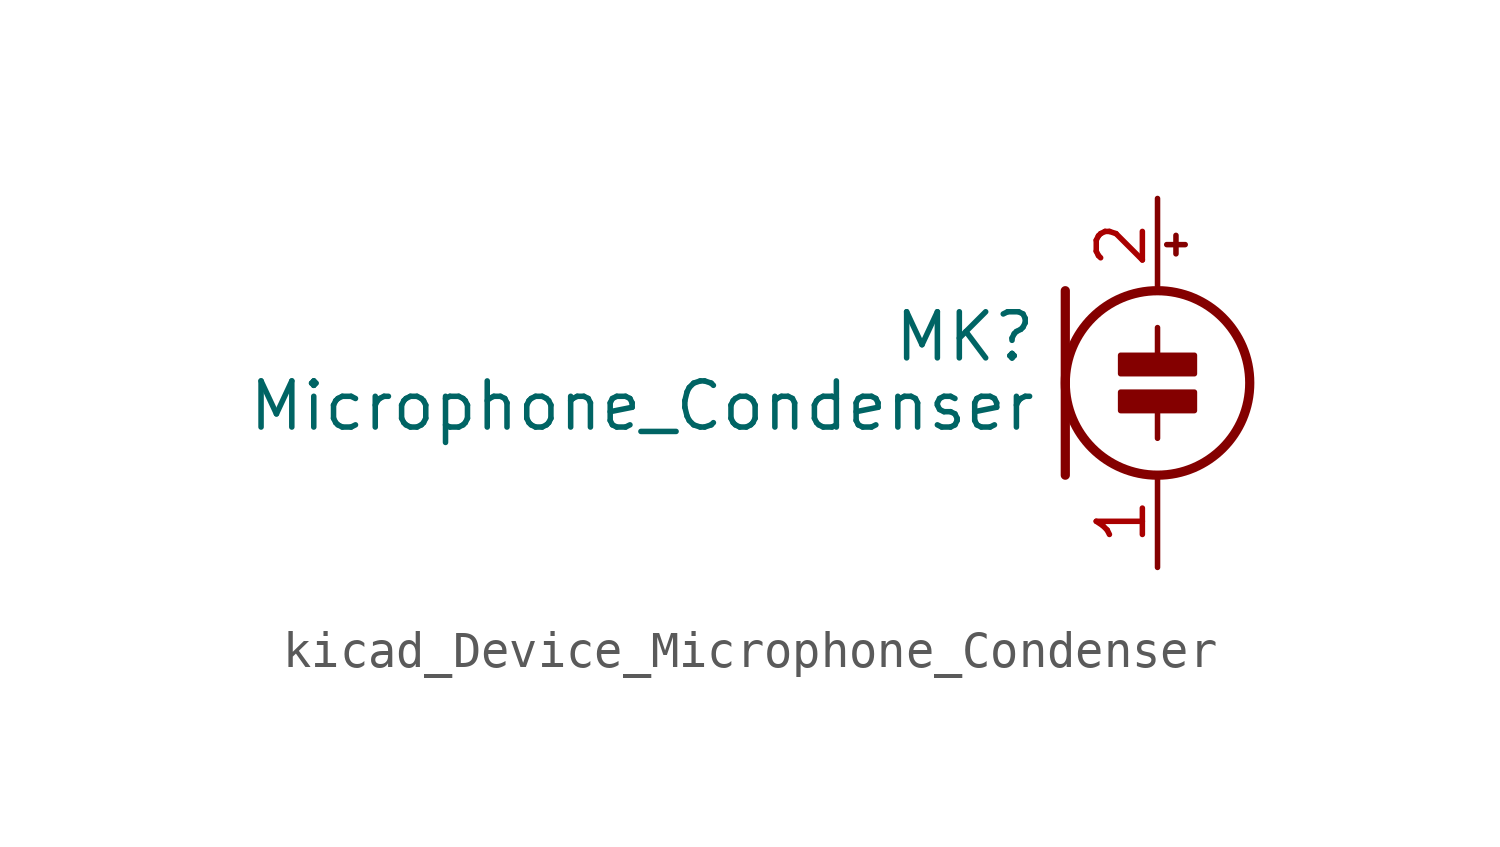
<source format=kicad_sym>
(kicad_symbol_lib
  (version 20220914)
  (generator kicad_symbol_editor)
  (symbol "kicad_Device_Microphone_Condenser"
    (pin_names
      (offset 0.025) hide)
    (property "Reference" "MK"
      (at -3.302 1.27 0)
      (effects (font (size 1.27 1.27)) (justify right)))
    (property "Value" "Microphone_Condenser"
      (at -3.302 -0.635 0)
      (effects (font (size 1.27 1.27)) (justify right)))
    (symbol "kicad_Device_Microphone_Condenser_0_1"
      (polyline (pts (xy -2.54 2.54) (xy -2.54 -2.54)) (stroke (width 0.254) (type default)) (fill (type none)))
      (polyline (pts (xy 0 -0.762) (xy 0 -1.524)) (stroke (width 0) (type default)) (fill (type none)))
      (polyline (pts (xy 0 0.762) (xy 0 1.524)) (stroke (width 0) (type default)) (fill (type none)))
      (polyline (pts (xy 0.254 3.81) (xy 0.762 3.81)) (stroke (width 0) (type default)) (fill (type none)))
      (polyline (pts (xy 0.508 4.064) (xy 0.508 3.556)) (stroke (width 0) (type default)) (fill (type none)))
      (circle (center 0 0) (radius 2.54) (stroke (width 0.254) (type default)) (fill (type none)))
      (rectangle (start 1.016 -0.254) (end -1.016 -0.762) (stroke (width 0) (type default)) (fill (type outline)))
      (rectangle (start 1.016 0.762) (end -1.016 0.254) (stroke (width 0) (type default)) (fill (type outline))))
    (symbol "kicad_Device_Microphone_Condenser_1_1"
      (pin passive line (at 0 -5.08 90) (length 2.54) (name "-" (effects (font (size 1.27 1.27)))) (number "1" (effects (font (size 1.27 1.27)))))
      (pin passive line (at 0 5.08 270) (length 2.54) (name "+" (effects (font (size 1.27 1.27)))) (number "2" (effects (font (size 1.27 1.27))))))))
</source>
